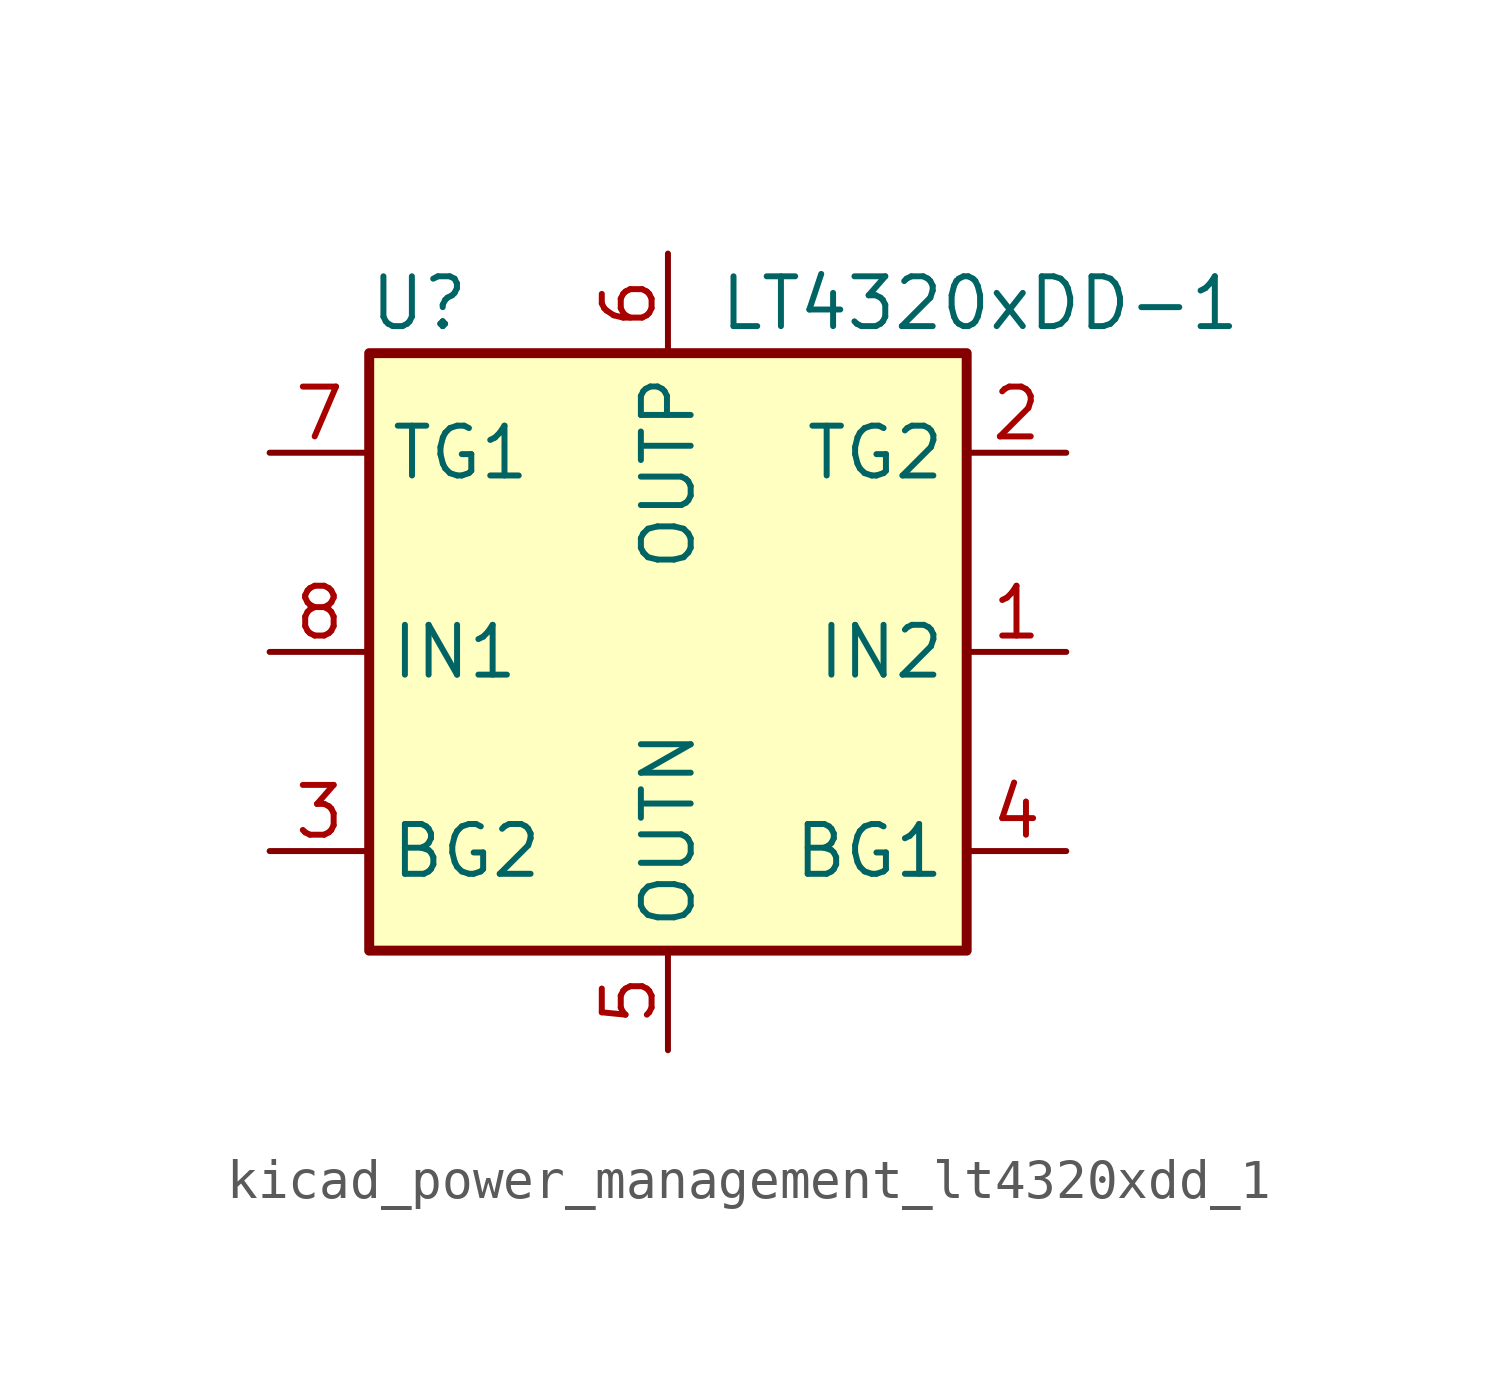
<source format=kicad_sym>
(kicad_symbol_lib
  (version 20220914)
  (generator kicad_symbol_editor)
  (symbol "kicad_power_management_lt4320xdd_1"
    (property "Reference" "U"
      (at -6.35 8.89 0)
      (effects (font (size 1.27 1.27))))
    (property "Value" "LT4320xDD-1"
      (at 1.27 8.89 0)
      (effects (font (size 1.27 1.27)) (justify left)))
    (symbol "kicad_power_management_lt4320xdd_1_0_1"
      (rectangle (start -7.62 7.62) (end 7.62 -7.62) (stroke (width 0.254) (type default)) (fill (type background))))
    (symbol "kicad_power_management_lt4320xdd_1_1_1"
      (pin power_in line (at 10.16 0 180) (length 2.54) (name "IN2" (effects (font (size 1.27 1.27)))) (number "1" (effects (font (size 1.27 1.27)))))
      (pin output line (at 10.16 5.08 180) (length 2.54) (name "TG2" (effects (font (size 1.27 1.27)))) (number "2" (effects (font (size 1.27 1.27)))))
      (pin output line (at -10.16 -5.08 0) (length 2.54) (name "BG2" (effects (font (size 1.27 1.27)))) (number "3" (effects (font (size 1.27 1.27)))))
      (pin output line (at 10.16 -5.08 180) (length 2.54) (name "BG1" (effects (font (size 1.27 1.27)))) (number "4" (effects (font (size 1.27 1.27)))))
      (pin power_in line (at 0 -10.16 90) (length 2.54) (name "OUTN" (effects (font (size 1.27 1.27)))) (number "5" (effects (font (size 1.27 1.27)))))
      (pin power_in line (at 0 10.16 270) (length 2.54) (name "OUTP" (effects (font (size 1.27 1.27)))) (number "6" (effects (font (size 1.27 1.27)))))
      (pin output line (at -10.16 5.08 0) (length 2.54) (name "TG1" (effects (font (size 1.27 1.27)))) (number "7" (effects (font (size 1.27 1.27)))))
      (pin power_in line (at -10.16 0 0) (length 2.54) (name "IN1" (effects (font (size 1.27 1.27)))) (number "8" (effects (font (size 1.27 1.27)))))
      (pin passive line (at 0 -10.16 90) (length 2.54) hide (name "OUTN" (effects (font (size 1.27 1.27)))) (number "9" (effects (font (size 1.27 1.27))))))))
</source>
